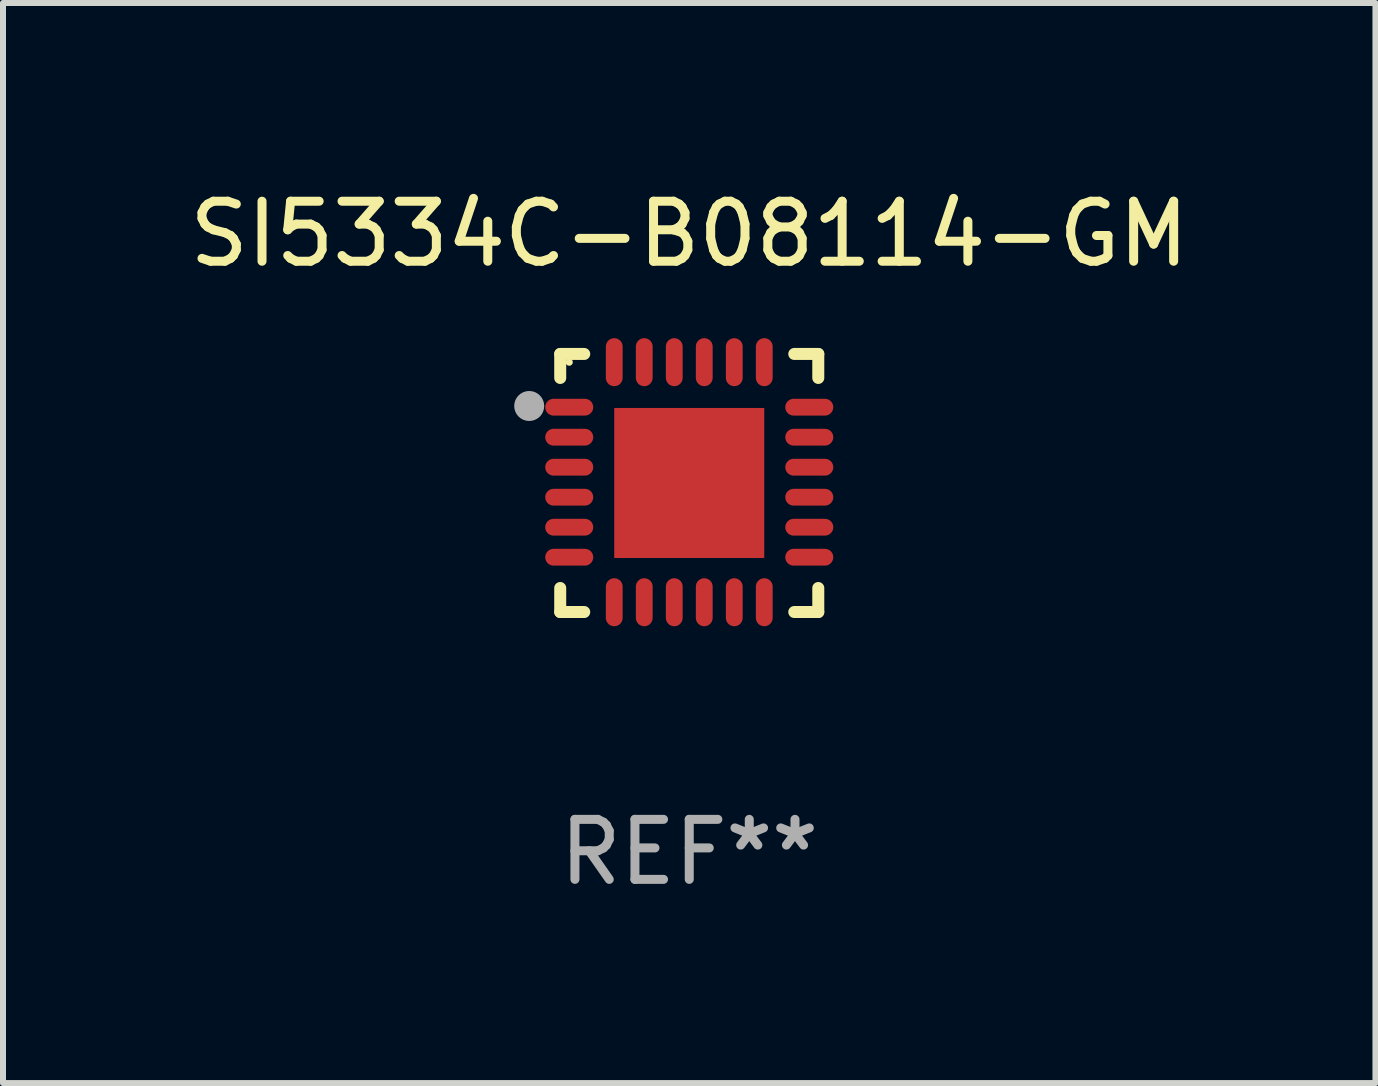
<source format=kicad_pcb>
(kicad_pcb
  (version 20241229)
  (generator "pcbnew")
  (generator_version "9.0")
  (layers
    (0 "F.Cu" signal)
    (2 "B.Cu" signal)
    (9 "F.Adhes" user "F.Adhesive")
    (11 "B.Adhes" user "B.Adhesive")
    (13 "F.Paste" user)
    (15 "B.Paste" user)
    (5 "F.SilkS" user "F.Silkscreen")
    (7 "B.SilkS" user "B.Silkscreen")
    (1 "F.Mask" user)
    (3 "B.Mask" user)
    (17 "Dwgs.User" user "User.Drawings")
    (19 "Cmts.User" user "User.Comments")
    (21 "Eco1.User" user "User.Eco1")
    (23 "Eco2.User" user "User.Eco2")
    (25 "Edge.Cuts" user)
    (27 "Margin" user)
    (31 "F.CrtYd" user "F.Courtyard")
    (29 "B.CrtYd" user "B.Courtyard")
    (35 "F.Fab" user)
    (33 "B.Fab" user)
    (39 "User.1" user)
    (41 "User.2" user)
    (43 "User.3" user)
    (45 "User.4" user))
  (footprint "SI5334C-B08114-GM"
    (layer "F.Cu")
    (at 8.435 4.998)
    (property "Reference" "SI5334C-B08114-GM" (at 0 -4.15 0) (layer "F.SilkS") (effects (font (size 1 1) (thickness 0.15))))
    (attr through_hole)
    (fp_line (start -2.15 -2.15) (end -1.75 -2.15) (stroke (width 0.2) (type solid)) (layer "F.SilkS"))
    (fp_line (start -2.15 -1.75) (end -2.15 -2.15) (stroke (width 0.2) (type solid)) (layer "F.SilkS"))
    (fp_line (start -2.15 2.15) (end -2.15 1.75) (stroke (width 0.2) (type solid)) (layer "F.SilkS"))
    (fp_line (start -1.75 2.15) (end -2.15 2.15) (stroke (width 0.2) (type solid)) (layer "F.SilkS"))
    (fp_line (start 1.75 -2.15) (end 2.15 -2.15) (stroke (width 0.2) (type solid)) (layer "F.SilkS"))
    (fp_line (start 1.75 2.15) (end 2.15 2.15) (stroke (width 0.2) (type solid)) (layer "F.SilkS"))
    (fp_line (start 2.15 -2.15) (end 2.15 -1.75) (stroke (width 0.2) (type solid)) (layer "F.SilkS"))
    (fp_line (start 2.15 2.15) (end 2.15 1.75) (stroke (width 0.2) (type solid)) (layer "F.SilkS"))
    (fp_circle (center -2 -2.013) (end -1.97 -2.013) (stroke (width 0.06) (type solid)) (fill no) (layer "F.SilkS"))
    (fp_circle (center -2.667 -1.283) (end -2.542 -1.283) (stroke (width 0.25) (type solid)) (fill no) (layer "F.Fab"))
    (fp_text user "REF**" (at 0 6.15 0) (layer "F.Fab") (effects (font (size 1 1) (thickness 0.15))))
    (pad "1" smd oval (at -2 -1.263) (size 0.8 0.28) (layers "F.Cu" "F.Mask" "F.Paste"))
    (pad "2" smd oval (at -2 -0.763) (size 0.8 0.28) (layers "F.Cu" "F.Mask" "F.Paste"))
    (pad "3" smd oval (at -2 -0.263) (size 0.8 0.28) (layers "F.Cu" "F.Mask" "F.Paste"))
    (pad "4" smd oval (at -2 0.237) (size 0.8 0.28) (layers "F.Cu" "F.Mask" "F.Paste"))
    (pad "5" smd oval (at -2 0.737) (size 0.8 0.28) (layers "F.Cu" "F.Mask" "F.Paste"))
    (pad "6" smd oval (at -2 1.237) (size 0.8 0.28) (layers "F.Cu" "F.Mask" "F.Paste"))
    (pad "7" smd oval (at -1.25 1.987) (size 0.28 0.8) (layers "F.Cu" "F.Mask" "F.Paste"))
    (pad "8" smd oval (at -0.75 1.987) (size 0.28 0.8) (layers "F.Cu" "F.Mask" "F.Paste"))
    (pad "9" smd oval (at -0.25 1.987) (size 0.28 0.8) (layers "F.Cu" "F.Mask" "F.Paste"))
    (pad "10" smd oval (at 0.25 1.987) (size 0.28 0.8) (layers "F.Cu" "F.Mask" "F.Paste"))
    (pad "11" smd oval (at 0.75 1.987) (size 0.28 0.8) (layers "F.Cu" "F.Mask" "F.Paste"))
    (pad "12" smd oval (at 1.25 1.987) (size 0.28 0.8) (layers "F.Cu" "F.Mask" "F.Paste"))
    (pad "13" smd oval (at 2 1.237) (size 0.8 0.28) (layers "F.Cu" "F.Mask" "F.Paste"))
    (pad "14" smd oval (at 2 0.737) (size 0.8 0.28) (layers "F.Cu" "F.Mask" "F.Paste"))
    (pad "15" smd oval (at 2 0.237) (size 0.8 0.28) (layers "F.Cu" "F.Mask" "F.Paste"))
    (pad "16" smd oval (at 2 -0.263) (size 0.8 0.28) (layers "F.Cu" "F.Mask" "F.Paste"))
    (pad "17" smd oval (at 2 -0.763) (size 0.8 0.28) (layers "F.Cu" "F.Mask" "F.Paste"))
    (pad "18" smd oval (at 2 -1.263) (size 0.8 0.28) (layers "F.Cu" "F.Mask" "F.Paste"))
    (pad "19" smd oval (at 1.25 -2.013) (size 0.28 0.8) (layers "F.Cu" "F.Mask" "F.Paste"))
    (pad "20" smd oval (at 0.75 -2.013) (size 0.28 0.8) (layers "F.Cu" "F.Mask" "F.Paste"))
    (pad "21" smd oval (at 0.25 -2.013) (size 0.28 0.8) (layers "F.Cu" "F.Mask" "F.Paste"))
    (pad "22" smd oval (at -0.25 -2.013) (size 0.28 0.8) (layers "F.Cu" "F.Mask" "F.Paste"))
    (pad "23" smd oval (at -0.75 -2.013) (size 0.28 0.8) (layers "F.Cu" "F.Mask" "F.Paste"))
    (pad "24" smd oval (at -1.25 -2.013) (size 0.28 0.8) (layers "F.Cu" "F.Mask" "F.Paste"))
    (pad "25" smd rect (at -0.000127 -0.00014) (size 2.5 2.5) (layers "F.Cu" "F.Mask" "F.Paste")))
  (gr_rect
    (start -3 -3)
    (end 19.869 14.997)
    (stroke (width 0.1) (type default))
    (fill no)
    (layer "Edge.Cuts")))
</source>
